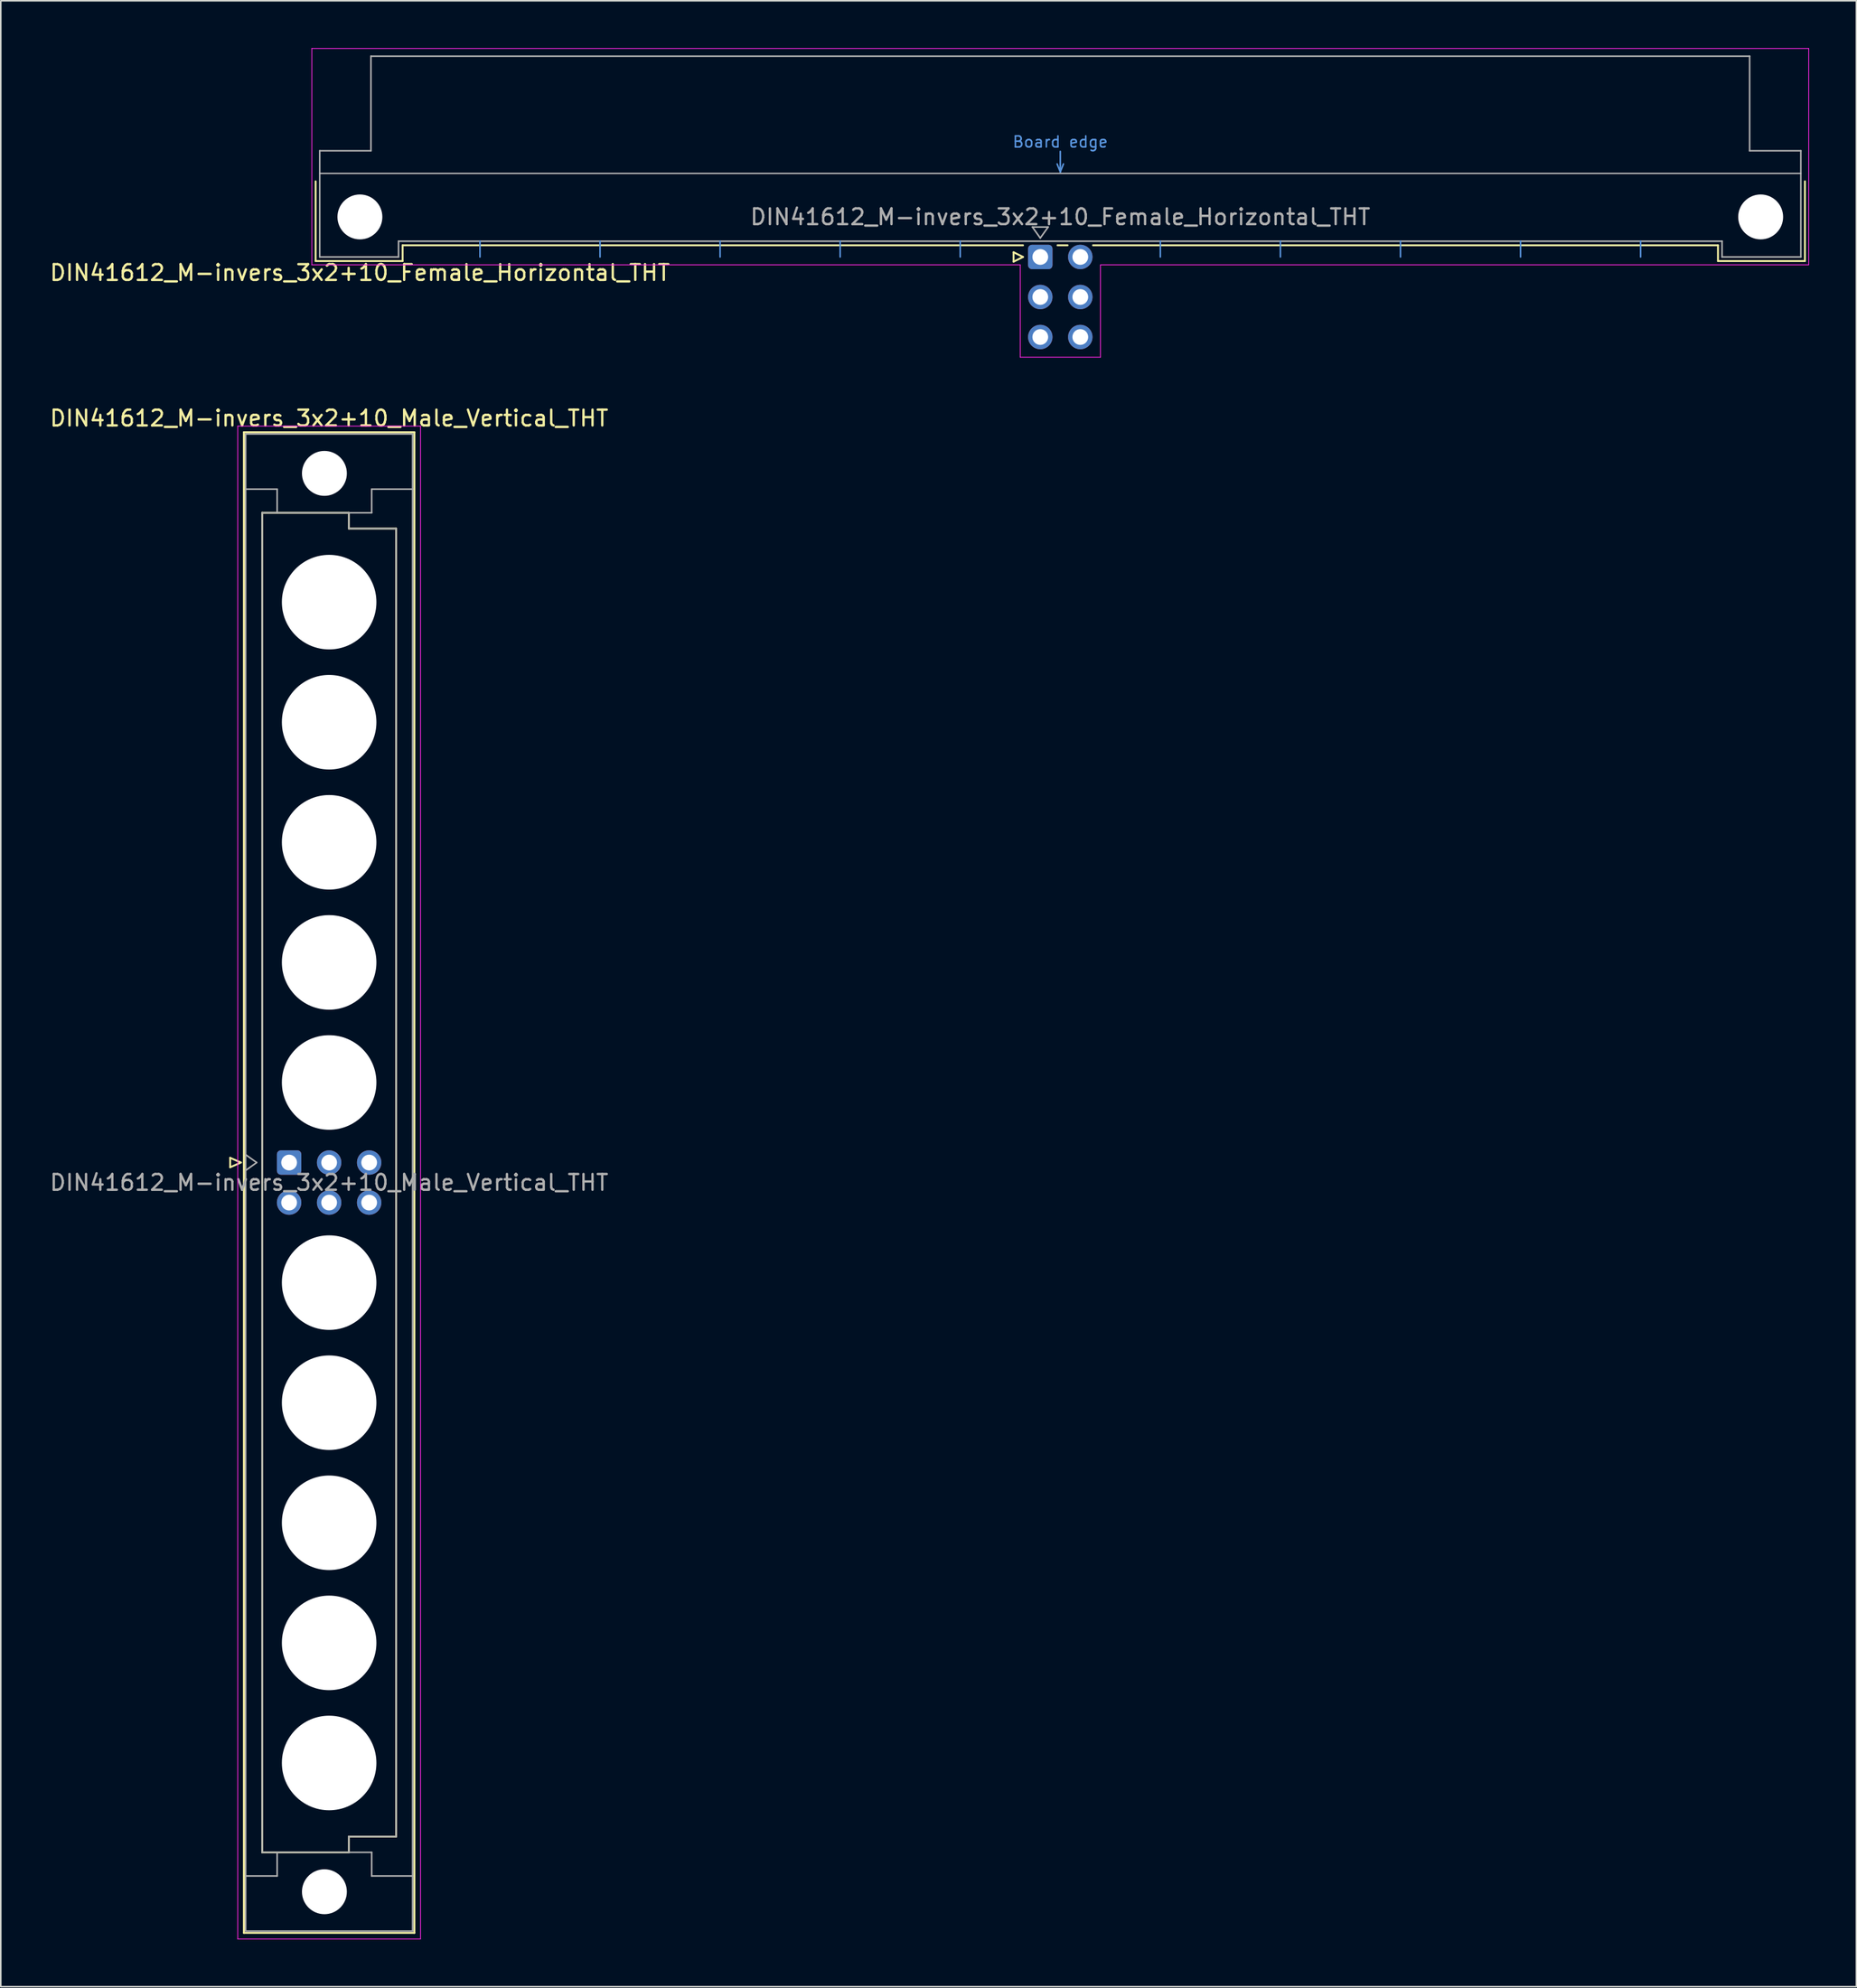
<source format=kicad_pcb>
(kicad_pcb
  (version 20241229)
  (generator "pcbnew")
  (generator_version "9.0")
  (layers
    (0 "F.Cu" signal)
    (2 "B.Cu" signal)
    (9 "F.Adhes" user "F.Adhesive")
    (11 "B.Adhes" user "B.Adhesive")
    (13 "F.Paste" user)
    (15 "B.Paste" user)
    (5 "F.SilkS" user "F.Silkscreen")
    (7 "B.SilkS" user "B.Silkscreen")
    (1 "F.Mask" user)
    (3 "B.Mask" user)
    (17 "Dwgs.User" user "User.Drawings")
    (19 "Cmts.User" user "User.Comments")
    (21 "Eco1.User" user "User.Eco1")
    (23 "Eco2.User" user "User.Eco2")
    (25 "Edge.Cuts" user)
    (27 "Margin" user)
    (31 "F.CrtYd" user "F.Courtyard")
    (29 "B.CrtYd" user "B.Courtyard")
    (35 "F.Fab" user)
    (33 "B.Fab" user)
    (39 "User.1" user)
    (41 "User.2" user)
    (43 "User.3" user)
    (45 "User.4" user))
  (footprint "DIN41612_M-invers_3x2+10_Female_Horizontal_THT"
    (layer "F.Cu")
    (at 24.872 13.255)
    (property "Reference" "DIN41612_M-invers_3x2+10_Female_Horizontal_THT" (at -5.08 1 0) (layer "F.SilkS") (effects (font (size 1 1) (thickness 0.15))))
    (attr through_hole)
    (fp_line (start -7.89 -4.8) (end -7.89 0.26) (stroke (width 0.12) (type solid)) (layer "F.SilkS"))
    (fp_line (start -7.89 0.26) (end -2.37 0.26) (stroke (width 0.12) (type solid)) (layer "F.SilkS"))
    (fp_line (start -2.37 -0.74) (end 37.005 -0.74) (stroke (width 0.12) (type solid)) (layer "F.SilkS"))
    (fp_line (start -2.37 0.26) (end -2.37 -0.74) (stroke (width 0.12) (type solid)) (layer "F.SilkS"))
    (fp_line (start 36.405 -0.3) (end 36.405 0.3) (stroke (width 0.12) (type solid)) (layer "F.SilkS"))
    (fp_line (start 36.405 0.3) (end 37.005 0) (stroke (width 0.12) (type solid)) (layer "F.SilkS"))
    (fp_line (start 37.005 0) (end 36.405 -0.3) (stroke (width 0.12) (type solid)) (layer "F.SilkS"))
    (fp_line (start 39.195 -0.74) (end 39.833 -0.74) (stroke (width 0.12) (type solid)) (layer "F.SilkS"))
    (fp_line (start 41.447 -0.74) (end 81.11 -0.74) (stroke (width 0.12) (type solid)) (layer "F.SilkS"))
    (fp_line (start 81.11 0.26) (end 81.11 -0.74) (stroke (width 0.12) (type solid)) (layer "F.SilkS"))
    (fp_line (start 86.63 -4.8) (end 86.63 0.26) (stroke (width 0.12) (type solid)) (layer "F.SilkS"))
    (fp_line (start 86.63 0.26) (end 81.11 0.26) (stroke (width 0.12) (type solid)) (layer "F.SilkS"))
    (fp_line (start -7.63 -5.3) (end 86.37 -5.3) (stroke (width 0.08) (type solid)) (layer "Dwgs.User"))
    (fp_line (start 2.54 0) (end 2.54 -1) (stroke (width 0.1) (type solid)) (layer "Cmts.User"))
    (fp_line (start 10.16 0) (end 10.16 -1) (stroke (width 0.1) (type solid)) (layer "Cmts.User"))
    (fp_line (start 17.78 0) (end 17.78 -1) (stroke (width 0.1) (type solid)) (layer "Cmts.User"))
    (fp_line (start 25.4 0) (end 25.4 -1) (stroke (width 0.1) (type solid)) (layer "Cmts.User"))
    (fp_line (start 33.02 0) (end 33.02 -1) (stroke (width 0.1) (type solid)) (layer "Cmts.User"))
    (fp_line (start 39.17 -5.9) (end 39.37 -5.4) (stroke (width 0.1) (type solid)) (layer "Cmts.User"))
    (fp_line (start 39.37 -5.4) (end 39.37 -6.7) (stroke (width 0.1) (type solid)) (layer "Cmts.User"))
    (fp_line (start 39.37 -5.4) (end 39.57 -5.9) (stroke (width 0.1) (type solid)) (layer "Cmts.User"))
    (fp_line (start 45.72 0) (end 45.72 -1) (stroke (width 0.1) (type solid)) (layer "Cmts.User"))
    (fp_line (start 53.34 0) (end 53.34 -1) (stroke (width 0.1) (type solid)) (layer "Cmts.User"))
    (fp_line (start 60.96 0) (end 60.96 -1) (stroke (width 0.1) (type solid)) (layer "Cmts.User"))
    (fp_line (start 68.58 0) (end 68.58 -1) (stroke (width 0.1) (type solid)) (layer "Cmts.User"))
    (fp_line (start 76.2 0) (end 76.2 -1) (stroke (width 0.1) (type solid)) (layer "Cmts.User"))
    (fp_line (start -8.13 -13.23) (end -8.13 0.5) (stroke (width 0.05) (type solid)) (layer "F.CrtYd"))
    (fp_line (start -8.13 0.5) (end 36.83 0.5) (stroke (width 0.05) (type solid)) (layer "F.CrtYd"))
    (fp_line (start 36.83 0.5) (end 36.83 6.36) (stroke (width 0.05) (type solid)) (layer "F.CrtYd"))
    (fp_line (start 36.83 6.36) (end 41.92 6.36) (stroke (width 0.05) (type solid)) (layer "F.CrtYd"))
    (fp_line (start 41.92 0.5) (end 86.87 0.5) (stroke (width 0.05) (type solid)) (layer "F.CrtYd"))
    (fp_line (start 41.92 6.36) (end 41.92 0.5) (stroke (width 0.05) (type solid)) (layer "F.CrtYd"))
    (fp_line (start 86.87 -13.23) (end -8.13 -13.23) (stroke (width 0.05) (type solid)) (layer "F.CrtYd"))
    (fp_line (start 86.87 0.5) (end 86.87 -13.23) (stroke (width 0.05) (type solid)) (layer "F.CrtYd"))
    (fp_line (start -7.63 -6.74) (end -7.63 0) (stroke (width 0.1) (type solid)) (layer "F.Fab"))
    (fp_line (start -7.63 0) (end -2.63 0) (stroke (width 0.1) (type solid)) (layer "F.Fab"))
    (fp_line (start -4.38 -12.74) (end -4.38 -6.74) (stroke (width 0.1) (type solid)) (layer "F.Fab"))
    (fp_line (start -4.38 -6.74) (end -7.63 -6.74) (stroke (width 0.1) (type solid)) (layer "F.Fab"))
    (fp_line (start -2.63 -1) (end 81.37 -1) (stroke (width 0.1) (type solid)) (layer "F.Fab"))
    (fp_line (start -2.63 0) (end -2.63 -1) (stroke (width 0.1) (type solid)) (layer "F.Fab"))
    (fp_line (start 37.6 -1.9) (end 38.6 -1.9) (stroke (width 0.1) (type solid)) (layer "F.Fab"))
    (fp_line (start 38.1 -1.2) (end 37.6 -1.9) (stroke (width 0.1) (type solid)) (layer "F.Fab"))
    (fp_line (start 38.6 -1.9) (end 38.1 -1.2) (stroke (width 0.1) (type solid)) (layer "F.Fab"))
    (fp_line (start 81.37 -1) (end 81.37 0) (stroke (width 0.1) (type solid)) (layer "F.Fab"))
    (fp_line (start 81.37 0) (end 86.37 0) (stroke (width 0.1) (type solid)) (layer "F.Fab"))
    (fp_line (start 83.12 -12.74) (end -4.38 -12.74) (stroke (width 0.1) (type solid)) (layer "F.Fab"))
    (fp_line (start 83.12 -6.74) (end 83.12 -12.74) (stroke (width 0.1) (type solid)) (layer "F.Fab"))
    (fp_line (start 86.37 -6.74) (end 83.12 -6.74) (stroke (width 0.1) (type solid)) (layer "F.Fab"))
    (fp_line (start 86.37 0) (end 86.37 -6.74) (stroke (width 0.1) (type solid)) (layer "F.Fab"))
    (fp_text user "Board edge" (at 39.37 -7.3 0) (layer "Cmts.User") (effects (font (size 0.7 0.7) (thickness 0.1))))
    (fp_text user "${REFERENCE}" (at 39.37 -2.54 0) (layer "F.Fab") (effects (font (size 1 1) (thickness 0.15))))
    (pad "" np_thru_hole circle (at -5.08 -2.54) (size 2.85 2.85) (drill 2.85) (layers "*.Cu" "*.Mask"))
    (pad "" np_thru_hole circle (at 83.82 -2.54) (size 2.85 2.85) (drill 2.85) (layers "*.Cu" "*.Mask"))
    (pad "a16" thru_hole roundrect (at 38.1 0) (size 1.55 1.55) (drill 1) (layers "*.Cu" "*.Mask") (roundrect_rratio 0.161))
    (pad "a17" thru_hole circle (at 40.64 0) (size 1.55 1.55) (drill 1) (layers "*.Cu" "*.Mask"))
    (pad "b16" thru_hole circle (at 38.1 2.54) (size 1.55 1.55) (drill 1) (layers "*.Cu" "*.Mask"))
    (pad "b17" thru_hole circle (at 40.64 2.54) (size 1.55 1.55) (drill 1) (layers "*.Cu" "*.Mask"))
    (pad "c16" thru_hole circle (at 38.1 5.08) (size 1.55 1.55) (drill 1) (layers "*.Cu" "*.Mask"))
    (pad "c17" thru_hole circle (at 40.64 5.08) (size 1.55 1.55) (drill 1) (layers "*.Cu" "*.Mask")))
  (footprint "DIN41612_M-invers_3x2+10_Male_Vertical_THT"
    (layer "F.Cu")
    (at 15.299 32.618)
    (property "Reference" "DIN41612_M-invers_3x2+10_Male_Vertical_THT" (at 2.54 -9.13 0) (layer "F.SilkS") (effects (font (size 1 1) (thickness 0.15))))
    (attr through_hole)
    (fp_line (start -3.74 37.8) (end -3.74 38.4) (stroke (width 0.12) (type solid)) (layer "F.SilkS"))
    (fp_line (start -3.74 38.4) (end -3.06 38.1) (stroke (width 0.12) (type solid)) (layer "F.SilkS"))
    (fp_line (start -3.06 38.1) (end -3.74 37.8) (stroke (width 0.12) (type solid)) (layer "F.SilkS"))
    (fp_line (start -2.87 -8.24) (end 7.95 -8.24) (stroke (width 0.12) (type solid)) (layer "F.SilkS"))
    (fp_line (start -2.87 86.98) (end -2.87 -8.24) (stroke (width 0.12) (type solid)) (layer "F.SilkS"))
    (fp_line (start -1.71 -3.13) (end 3.79 -3.13) (stroke (width 0.12) (type solid)) (layer "F.SilkS"))
    (fp_line (start -1.71 81.87) (end -1.71 -3.13) (stroke (width 0.12) (type solid)) (layer "F.SilkS"))
    (fp_line (start 3.79 -3.13) (end 3.79 -2.13) (stroke (width 0.12) (type solid)) (layer "F.SilkS"))
    (fp_line (start 3.79 -2.13) (end 6.79 -2.13) (stroke (width 0.12) (type solid)) (layer "F.SilkS"))
    (fp_line (start 3.79 80.87) (end 3.79 81.87) (stroke (width 0.12) (type solid)) (layer "F.SilkS"))
    (fp_line (start 3.79 81.87) (end -1.71 81.87) (stroke (width 0.12) (type solid)) (layer "F.SilkS"))
    (fp_line (start 6.79 -2.13) (end 6.79 80.87) (stroke (width 0.12) (type solid)) (layer "F.SilkS"))
    (fp_line (start 6.79 80.87) (end 3.79 80.87) (stroke (width 0.12) (type solid)) (layer "F.SilkS"))
    (fp_line (start 7.95 -8.24) (end 7.95 86.98) (stroke (width 0.12) (type solid)) (layer "F.SilkS"))
    (fp_line (start 7.95 86.98) (end -2.87 86.98) (stroke (width 0.12) (type solid)) (layer "F.SilkS"))
    (fp_line (start -3.26 -8.63) (end 8.34 -8.63) (stroke (width 0.05) (type solid)) (layer "F.CrtYd"))
    (fp_line (start -3.26 87.37) (end -3.26 -8.63) (stroke (width 0.05) (type solid)) (layer "F.CrtYd"))
    (fp_line (start 8.34 -8.63) (end 8.34 87.37) (stroke (width 0.05) (type solid)) (layer "F.CrtYd"))
    (fp_line (start 8.34 87.37) (end -3.26 87.37) (stroke (width 0.05) (type solid)) (layer "F.CrtYd"))
    (fp_line (start -2.76 -8.13) (end 7.84 -8.13) (stroke (width 0.1) (type solid)) (layer "F.Fab"))
    (fp_line (start -2.76 -4.63) (end -0.76 -4.63) (stroke (width 0.1) (type solid)) (layer "F.Fab"))
    (fp_line (start -2.76 37.6) (end -2.06 38.1) (stroke (width 0.1) (type solid)) (layer "F.Fab"))
    (fp_line (start -2.76 83.37) (end -0.76 83.37) (stroke (width 0.1) (type solid)) (layer "F.Fab"))
    (fp_line (start -2.76 86.87) (end -2.76 -8.13) (stroke (width 0.1) (type solid)) (layer "F.Fab"))
    (fp_line (start -2.06 38.1) (end -2.76 38.6) (stroke (width 0.1) (type solid)) (layer "F.Fab"))
    (fp_line (start -1.71 -3.13) (end 3.79 -3.13) (stroke (width 0.1) (type solid)) (layer "F.Fab"))
    (fp_line (start -1.71 81.87) (end -1.71 -3.13) (stroke (width 0.1) (type solid)) (layer "F.Fab"))
    (fp_line (start -0.76 -4.63) (end -0.76 -3.13) (stroke (width 0.1) (type solid)) (layer "F.Fab"))
    (fp_line (start -0.76 83.37) (end -0.76 81.87) (stroke (width 0.1) (type solid)) (layer "F.Fab"))
    (fp_line (start 3.79 -3.13) (end 3.79 -2.13) (stroke (width 0.1) (type solid)) (layer "F.Fab"))
    (fp_line (start 3.79 -3.13) (end 5.24 -3.13) (stroke (width 0.1) (type solid)) (layer "F.Fab"))
    (fp_line (start 3.79 -2.13) (end 6.79 -2.13) (stroke (width 0.1) (type solid)) (layer "F.Fab"))
    (fp_line (start 3.79 80.87) (end 3.79 81.87) (stroke (width 0.1) (type solid)) (layer "F.Fab"))
    (fp_line (start 3.79 81.87) (end -1.71 81.87) (stroke (width 0.1) (type solid)) (layer "F.Fab"))
    (fp_line (start 3.79 81.87) (end 5.24 81.87) (stroke (width 0.1) (type solid)) (layer "F.Fab"))
    (fp_line (start 5.24 -4.63) (end 7.84 -4.63) (stroke (width 0.1) (type solid)) (layer "F.Fab"))
    (fp_line (start 5.24 -3.13) (end 5.24 -4.63) (stroke (width 0.1) (type solid)) (layer "F.Fab"))
    (fp_line (start 5.24 81.87) (end 5.24 83.37) (stroke (width 0.1) (type solid)) (layer "F.Fab"))
    (fp_line (start 5.24 83.37) (end 7.84 83.37) (stroke (width 0.1) (type solid)) (layer "F.Fab"))
    (fp_line (start 6.79 -2.13) (end 6.79 80.87) (stroke (width 0.1) (type solid)) (layer "F.Fab"))
    (fp_line (start 6.79 80.87) (end 3.79 80.87) (stroke (width 0.1) (type solid)) (layer "F.Fab"))
    (fp_line (start 7.84 -8.13) (end 7.84 86.87) (stroke (width 0.1) (type solid)) (layer "F.Fab"))
    (fp_line (start 7.84 86.87) (end -2.76 86.87) (stroke (width 0.1) (type solid)) (layer "F.Fab"))
    (fp_text user "${REFERENCE}" (at 2.54 39.37 0) (layer "F.Fab") (effects (font (size 1 1) (thickness 0.15))))
    (pad "" np_thru_hole circle (at 2.24 -5.63) (size 2.85 2.85) (drill 2.85) (layers "*.Cu" "*.Mask"))
    (pad "" np_thru_hole circle (at 2.24 84.37) (size 2.85 2.85) (drill 2.85) (layers "*.Cu" "*.Mask"))
    (pad "" np_thru_hole circle (at 2.54 2.54) (size 6 6) (drill 6) (layers "*.Cu" "*.Mask"))
    (pad "" np_thru_hole circle (at 2.54 10.16) (size 6 6) (drill 6) (layers "*.Cu" "*.Mask"))
    (pad "" np_thru_hole circle (at 2.54 17.78) (size 6 6) (drill 6) (layers "*.Cu" "*.Mask"))
    (pad "" np_thru_hole circle (at 2.54 25.4) (size 6 6) (drill 6) (layers "*.Cu" "*.Mask"))
    (pad "" np_thru_hole circle (at 2.54 33.02) (size 6 6) (drill 6) (layers "*.Cu" "*.Mask"))
    (pad "" np_thru_hole circle (at 2.54 45.72) (size 6 6) (drill 6) (layers "*.Cu" "*.Mask"))
    (pad "" np_thru_hole circle (at 2.54 53.34) (size 6 6) (drill 6) (layers "*.Cu" "*.Mask"))
    (pad "" np_thru_hole circle (at 2.54 60.96) (size 6 6) (drill 6) (layers "*.Cu" "*.Mask"))
    (pad "" np_thru_hole circle (at 2.54 68.58) (size 6 6) (drill 6) (layers "*.Cu" "*.Mask"))
    (pad "" np_thru_hole circle (at 2.54 76.2) (size 6 6) (drill 6) (layers "*.Cu" "*.Mask"))
    (pad "a16" thru_hole roundrect (at 0 38.1) (size 1.55 1.55) (drill 1) (layers "*.Cu" "*.Mask") (roundrect_rratio 0.161))
    (pad "a17" thru_hole circle (at 0 40.64) (size 1.55 1.55) (drill 1) (layers "*.Cu" "*.Mask"))
    (pad "b16" thru_hole circle (at 2.54 38.1) (size 1.55 1.55) (drill 1) (layers "*.Cu" "*.Mask"))
    (pad "b17" thru_hole circle (at 2.54 40.64) (size 1.55 1.55) (drill 1) (layers "*.Cu" "*.Mask"))
    (pad "c16" thru_hole circle (at 5.08 38.1) (size 1.55 1.55) (drill 1) (layers "*.Cu" "*.Mask"))
    (pad "c17" thru_hole circle (at 5.08 40.64) (size 1.55 1.55) (drill 1) (layers "*.Cu" "*.Mask")))
  (gr_rect
    (start -3 -3)
    (end 114.767 123.013)
    (stroke (width 0.1) (type default))
    (fill no)
    (layer "Edge.Cuts")))
</source>
